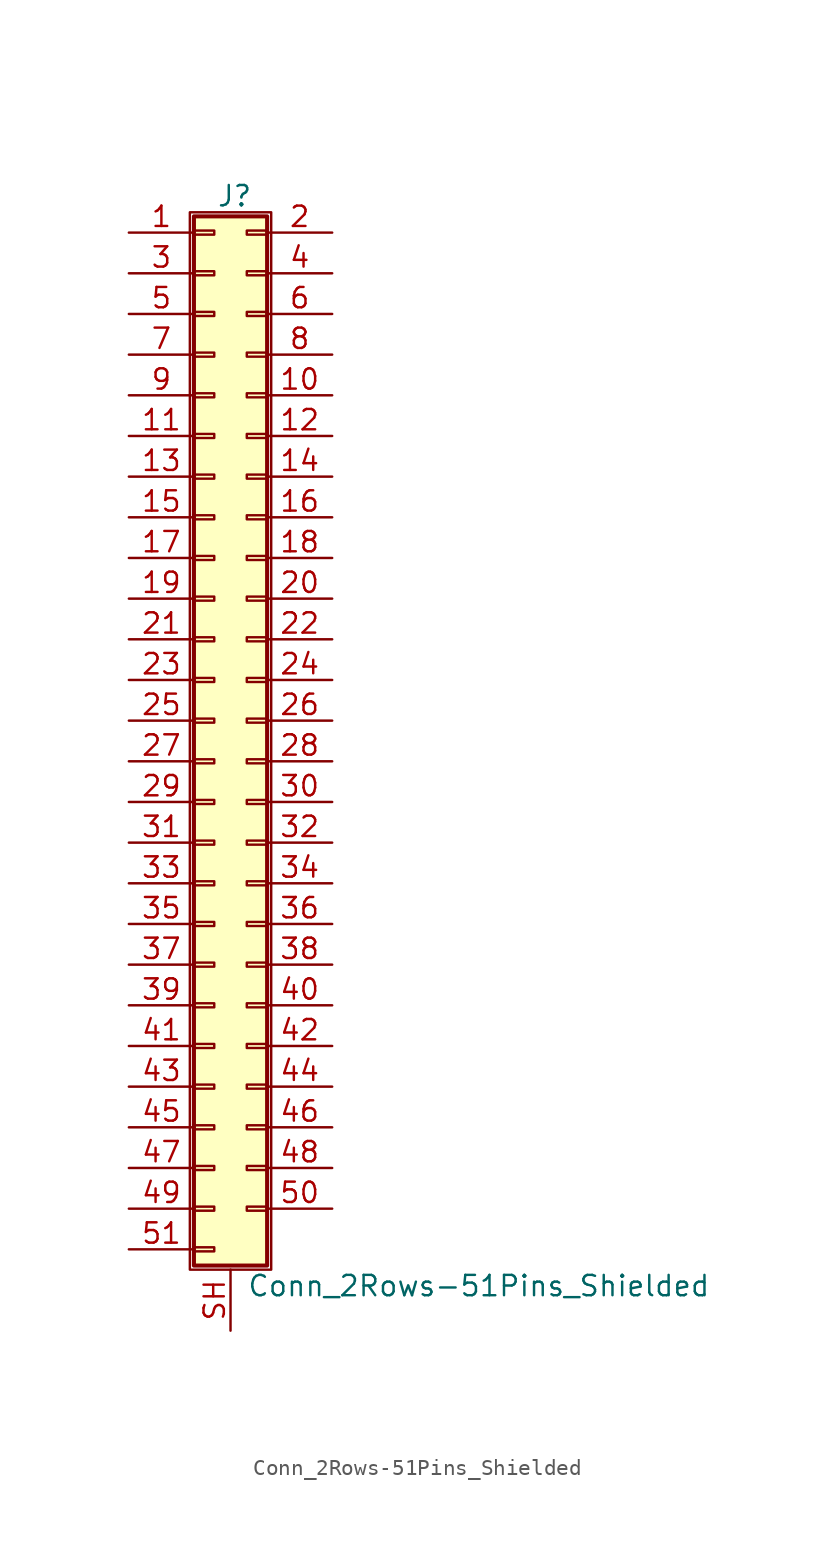
<source format=kicad_sym>
(kicad_symbol_lib
  (version 20211014)
  (generator kicad_symbol_editor)
  (symbol "Conn_2Rows-51Pins_Shielded"
    (pin_names
      (offset 1.016) hide)
    (property "Reference" "J"
      (at 1.524 32.766 0)
      (effects (font (size 1.27 1.27))))
    (property "Value" "Conn_2Rows-51Pins_Shielded"
      (at 2.286 -35.306 0)
      (effects (font (size 1.27 1.27)) (justify left)))
    (symbol "Conn_2Rows-51Pins_Shielded_1_1"
      (rectangle (start -1.27 31.75) (end 3.81 -34.29) (stroke (width 0.152) (type default) (color 0 0 0 0)) (fill (type none)))
      (rectangle (start -1.016 -32.893) (end 0.254 -33.147) (stroke (width 0.152) (type default) (color 0 0 0 0)) (fill (type none)))
      (rectangle (start -1.016 -30.353) (end 0.254 -30.607) (stroke (width 0.152) (type default) (color 0 0 0 0)) (fill (type none)))
      (rectangle (start -1.016 -27.813) (end 0.254 -28.067) (stroke (width 0.152) (type default) (color 0 0 0 0)) (fill (type none)))
      (rectangle (start -1.016 -25.273) (end 0.254 -25.527) (stroke (width 0.152) (type default) (color 0 0 0 0)) (fill (type none)))
      (rectangle (start -1.016 -22.733) (end 0.254 -22.987) (stroke (width 0.152) (type default) (color 0 0 0 0)) (fill (type none)))
      (rectangle (start -1.016 -20.193) (end 0.254 -20.447) (stroke (width 0.152) (type default) (color 0 0 0 0)) (fill (type none)))
      (rectangle (start -1.016 -17.653) (end 0.254 -17.907) (stroke (width 0.152) (type default) (color 0 0 0 0)) (fill (type none)))
      (rectangle (start -1.016 -15.113) (end 0.254 -15.367) (stroke (width 0.152) (type default) (color 0 0 0 0)) (fill (type none)))
      (rectangle (start -1.016 -12.573) (end 0.254 -12.827) (stroke (width 0.152) (type default) (color 0 0 0 0)) (fill (type none)))
      (rectangle (start -1.016 -10.033) (end 0.254 -10.287) (stroke (width 0.152) (type default) (color 0 0 0 0)) (fill (type none)))
      (rectangle (start -1.016 -7.493) (end 0.254 -7.747) (stroke (width 0.152) (type default) (color 0 0 0 0)) (fill (type none)))
      (rectangle (start -1.016 -4.953) (end 0.254 -5.207) (stroke (width 0.152) (type default) (color 0 0 0 0)) (fill (type none)))
      (rectangle (start -1.016 -2.413) (end 0.254 -2.667) (stroke (width 0.152) (type default) (color 0 0 0 0)) (fill (type none)))
      (rectangle (start -1.016 0.127) (end 0.254 -0.127) (stroke (width 0.152) (type default) (color 0 0 0 0)) (fill (type none)))
      (rectangle (start -1.016 2.667) (end 0.254 2.413) (stroke (width 0.152) (type default) (color 0 0 0 0)) (fill (type none)))
      (rectangle (start -1.016 5.207) (end 0.254 4.953) (stroke (width 0.152) (type default) (color 0 0 0 0)) (fill (type none)))
      (rectangle (start -1.016 7.747) (end 0.254 7.493) (stroke (width 0.152) (type default) (color 0 0 0 0)) (fill (type none)))
      (rectangle (start -1.016 10.287) (end 0.254 10.033) (stroke (width 0.152) (type default) (color 0 0 0 0)) (fill (type none)))
      (rectangle (start -1.016 12.827) (end 0.254 12.573) (stroke (width 0.152) (type default) (color 0 0 0 0)) (fill (type none)))
      (rectangle (start -1.016 15.367) (end 0.254 15.113) (stroke (width 0.152) (type default) (color 0 0 0 0)) (fill (type none)))
      (rectangle (start -1.016 17.907) (end 0.254 17.653) (stroke (width 0.152) (type default) (color 0 0 0 0)) (fill (type none)))
      (rectangle (start -1.016 20.447) (end 0.254 20.193) (stroke (width 0.152) (type default) (color 0 0 0 0)) (fill (type none)))
      (rectangle (start -1.016 22.987) (end 0.254 22.733) (stroke (width 0.152) (type default) (color 0 0 0 0)) (fill (type none)))
      (rectangle (start -1.016 25.527) (end 0.254 25.273) (stroke (width 0.152) (type default) (color 0 0 0 0)) (fill (type none)))
      (rectangle (start -1.016 28.067) (end 0.254 27.813) (stroke (width 0.152) (type default) (color 0 0 0 0)) (fill (type none)))
      (rectangle (start -1.016 30.607) (end 0.254 30.353) (stroke (width 0.152) (type default) (color 0 0 0 0)) (fill (type none)))
      (rectangle (start -1.016 31.496) (end 3.556 -34.036) (stroke (width 0.254) (type default) (color 0 0 0 0)) (fill (type background)))
      (rectangle (start 3.556 -30.353) (end 2.286 -30.607) (stroke (width 0.152) (type default) (color 0 0 0 0)) (fill (type none)))
      (rectangle (start 3.556 -27.813) (end 2.286 -28.067) (stroke (width 0.152) (type default) (color 0 0 0 0)) (fill (type none)))
      (rectangle (start 3.556 -25.273) (end 2.286 -25.527) (stroke (width 0.152) (type default) (color 0 0 0 0)) (fill (type none)))
      (rectangle (start 3.556 -22.733) (end 2.286 -22.987) (stroke (width 0.152) (type default) (color 0 0 0 0)) (fill (type none)))
      (rectangle (start 3.556 -20.193) (end 2.286 -20.447) (stroke (width 0.152) (type default) (color 0 0 0 0)) (fill (type none)))
      (rectangle (start 3.556 -17.653) (end 2.286 -17.907) (stroke (width 0.152) (type default) (color 0 0 0 0)) (fill (type none)))
      (rectangle (start 3.556 -15.113) (end 2.286 -15.367) (stroke (width 0.152) (type default) (color 0 0 0 0)) (fill (type none)))
      (rectangle (start 3.556 -12.573) (end 2.286 -12.827) (stroke (width 0.152) (type default) (color 0 0 0 0)) (fill (type none)))
      (rectangle (start 3.556 -10.033) (end 2.286 -10.287) (stroke (width 0.152) (type default) (color 0 0 0 0)) (fill (type none)))
      (rectangle (start 3.556 -7.493) (end 2.286 -7.747) (stroke (width 0.152) (type default) (color 0 0 0 0)) (fill (type none)))
      (rectangle (start 3.556 -4.953) (end 2.286 -5.207) (stroke (width 0.152) (type default) (color 0 0 0 0)) (fill (type none)))
      (rectangle (start 3.556 -2.413) (end 2.286 -2.667) (stroke (width 0.152) (type default) (color 0 0 0 0)) (fill (type none)))
      (rectangle (start 3.556 0.127) (end 2.286 -0.127) (stroke (width 0.152) (type default) (color 0 0 0 0)) (fill (type none)))
      (rectangle (start 3.556 2.667) (end 2.286 2.413) (stroke (width 0.152) (type default) (color 0 0 0 0)) (fill (type none)))
      (rectangle (start 3.556 5.207) (end 2.286 4.953) (stroke (width 0.152) (type default) (color 0 0 0 0)) (fill (type none)))
      (rectangle (start 3.556 7.747) (end 2.286 7.493) (stroke (width 0.152) (type default) (color 0 0 0 0)) (fill (type none)))
      (rectangle (start 3.556 10.287) (end 2.286 10.033) (stroke (width 0.152) (type default) (color 0 0 0 0)) (fill (type none)))
      (rectangle (start 3.556 12.827) (end 2.286 12.573) (stroke (width 0.152) (type default) (color 0 0 0 0)) (fill (type none)))
      (rectangle (start 3.556 15.367) (end 2.286 15.113) (stroke (width 0.152) (type default) (color 0 0 0 0)) (fill (type none)))
      (rectangle (start 3.556 17.907) (end 2.286 17.653) (stroke (width 0.152) (type default) (color 0 0 0 0)) (fill (type none)))
      (rectangle (start 3.556 20.447) (end 2.286 20.193) (stroke (width 0.152) (type default) (color 0 0 0 0)) (fill (type none)))
      (rectangle (start 3.556 22.987) (end 2.286 22.733) (stroke (width 0.152) (type default) (color 0 0 0 0)) (fill (type none)))
      (rectangle (start 3.556 25.527) (end 2.286 25.273) (stroke (width 0.152) (type default) (color 0 0 0 0)) (fill (type none)))
      (rectangle (start 3.556 28.067) (end 2.286 27.813) (stroke (width 0.152) (type default) (color 0 0 0 0)) (fill (type none)))
      (rectangle (start 3.556 30.607) (end 2.286 30.353) (stroke (width 0.152) (type default) (color 0 0 0 0)) (fill (type none)))
      (pin passive line (at -5.08 30.48 0) (length 4.064) (name "Pin_1" (effects (font (size 1.27 1.27)))) (number "1" (effects (font (size 1.27 1.27)))))
      (pin passive line (at 7.62 20.32 180) (length 4.064) (name "Pin_10" (effects (font (size 1.27 1.27)))) (number "10" (effects (font (size 1.27 1.27)))))
      (pin passive line (at -5.08 17.78 0) (length 4.064) (name "Pin_11" (effects (font (size 1.27 1.27)))) (number "11" (effects (font (size 1.27 1.27)))))
      (pin passive line (at 7.62 17.78 180) (length 4.064) (name "Pin_12" (effects (font (size 1.27 1.27)))) (number "12" (effects (font (size 1.27 1.27)))))
      (pin passive line (at -5.08 15.24 0) (length 4.064) (name "Pin_13" (effects (font (size 1.27 1.27)))) (number "13" (effects (font (size 1.27 1.27)))))
      (pin passive line (at 7.62 15.24 180) (length 4.064) (name "Pin_14" (effects (font (size 1.27 1.27)))) (number "14" (effects (font (size 1.27 1.27)))))
      (pin passive line (at -5.08 12.7 0) (length 4.064) (name "Pin_15" (effects (font (size 1.27 1.27)))) (number "15" (effects (font (size 1.27 1.27)))))
      (pin passive line (at 7.62 12.7 180) (length 4.064) (name "Pin_16" (effects (font (size 1.27 1.27)))) (number "16" (effects (font (size 1.27 1.27)))))
      (pin passive line (at -5.08 10.16 0) (length 4.064) (name "Pin_17" (effects (font (size 1.27 1.27)))) (number "17" (effects (font (size 1.27 1.27)))))
      (pin passive line (at 7.62 10.16 180) (length 4.064) (name "Pin_18" (effects (font (size 1.27 1.27)))) (number "18" (effects (font (size 1.27 1.27)))))
      (pin passive line (at -5.08 7.62 0) (length 4.064) (name "Pin_19" (effects (font (size 1.27 1.27)))) (number "19" (effects (font (size 1.27 1.27)))))
      (pin passive line (at 7.62 30.48 180) (length 4.064) (name "Pin_2" (effects (font (size 1.27 1.27)))) (number "2" (effects (font (size 1.27 1.27)))))
      (pin passive line (at 7.62 7.62 180) (length 4.064) (name "Pin_20" (effects (font (size 1.27 1.27)))) (number "20" (effects (font (size 1.27 1.27)))))
      (pin passive line (at -5.08 5.08 0) (length 4.064) (name "Pin_21" (effects (font (size 1.27 1.27)))) (number "21" (effects (font (size 1.27 1.27)))))
      (pin passive line (at 7.62 5.08 180) (length 4.064) (name "Pin_22" (effects (font (size 1.27 1.27)))) (number "22" (effects (font (size 1.27 1.27)))))
      (pin passive line (at -5.08 2.54 0) (length 4.064) (name "Pin_23" (effects (font (size 1.27 1.27)))) (number "23" (effects (font (size 1.27 1.27)))))
      (pin passive line (at 7.62 2.54 180) (length 4.064) (name "Pin_24" (effects (font (size 1.27 1.27)))) (number "24" (effects (font (size 1.27 1.27)))))
      (pin passive line (at -5.08 0 0) (length 4.064) (name "Pin_25" (effects (font (size 1.27 1.27)))) (number "25" (effects (font (size 1.27 1.27)))))
      (pin passive line (at 7.62 0 180) (length 4.064) (name "Pin_26" (effects (font (size 1.27 1.27)))) (number "26" (effects (font (size 1.27 1.27)))))
      (pin passive line (at -5.08 -2.54 0) (length 4.064) (name "Pin_27" (effects (font (size 1.27 1.27)))) (number "27" (effects (font (size 1.27 1.27)))))
      (pin passive line (at 7.62 -2.54 180) (length 4.064) (name "Pin_28" (effects (font (size 1.27 1.27)))) (number "28" (effects (font (size 1.27 1.27)))))
      (pin passive line (at -5.08 -5.08 0) (length 4.064) (name "Pin_29" (effects (font (size 1.27 1.27)))) (number "29" (effects (font (size 1.27 1.27)))))
      (pin passive line (at -5.08 27.94 0) (length 4.064) (name "Pin_3" (effects (font (size 1.27 1.27)))) (number "3" (effects (font (size 1.27 1.27)))))
      (pin passive line (at 7.62 -5.08 180) (length 4.064) (name "Pin_30" (effects (font (size 1.27 1.27)))) (number "30" (effects (font (size 1.27 1.27)))))
      (pin passive line (at -5.08 -7.62 0) (length 4.064) (name "Pin_31" (effects (font (size 1.27 1.27)))) (number "31" (effects (font (size 1.27 1.27)))))
      (pin passive line (at 7.62 -7.62 180) (length 4.064) (name "Pin_32" (effects (font (size 1.27 1.27)))) (number "32" (effects (font (size 1.27 1.27)))))
      (pin passive line (at -5.08 -10.16 0) (length 4.064) (name "Pin_33" (effects (font (size 1.27 1.27)))) (number "33" (effects (font (size 1.27 1.27)))))
      (pin passive line (at 7.62 -10.16 180) (length 4.064) (name "Pin_34" (effects (font (size 1.27 1.27)))) (number "34" (effects (font (size 1.27 1.27)))))
      (pin passive line (at -5.08 -12.7 0) (length 4.064) (name "Pin_35" (effects (font (size 1.27 1.27)))) (number "35" (effects (font (size 1.27 1.27)))))
      (pin passive line (at 7.62 -12.7 180) (length 4.064) (name "Pin_36" (effects (font (size 1.27 1.27)))) (number "36" (effects (font (size 1.27 1.27)))))
      (pin passive line (at -5.08 -15.24 0) (length 4.064) (name "Pin_37" (effects (font (size 1.27 1.27)))) (number "37" (effects (font (size 1.27 1.27)))))
      (pin passive line (at 7.62 -15.24 180) (length 4.064) (name "Pin_38" (effects (font (size 1.27 1.27)))) (number "38" (effects (font (size 1.27 1.27)))))
      (pin passive line (at -5.08 -17.78 0) (length 4.064) (name "Pin_39" (effects (font (size 1.27 1.27)))) (number "39" (effects (font (size 1.27 1.27)))))
      (pin passive line (at 7.62 27.94 180) (length 4.064) (name "Pin_4" (effects (font (size 1.27 1.27)))) (number "4" (effects (font (size 1.27 1.27)))))
      (pin passive line (at 7.62 -17.78 180) (length 4.064) (name "Pin_40" (effects (font (size 1.27 1.27)))) (number "40" (effects (font (size 1.27 1.27)))))
      (pin passive line (at -5.08 -20.32 0) (length 4.064) (name "Pin_41" (effects (font (size 1.27 1.27)))) (number "41" (effects (font (size 1.27 1.27)))))
      (pin passive line (at 7.62 -20.32 180) (length 4.064) (name "Pin_42" (effects (font (size 1.27 1.27)))) (number "42" (effects (font (size 1.27 1.27)))))
      (pin passive line (at -5.08 -22.86 0) (length 4.064) (name "Pin_43" (effects (font (size 1.27 1.27)))) (number "43" (effects (font (size 1.27 1.27)))))
      (pin passive line (at 7.62 -22.86 180) (length 4.064) (name "Pin_44" (effects (font (size 1.27 1.27)))) (number "44" (effects (font (size 1.27 1.27)))))
      (pin passive line (at -5.08 -25.4 0) (length 4.064) (name "Pin_45" (effects (font (size 1.27 1.27)))) (number "45" (effects (font (size 1.27 1.27)))))
      (pin passive line (at 7.62 -25.4 180) (length 4.064) (name "Pin_46" (effects (font (size 1.27 1.27)))) (number "46" (effects (font (size 1.27 1.27)))))
      (pin passive line (at -5.08 -27.94 0) (length 4.064) (name "Pin_47" (effects (font (size 1.27 1.27)))) (number "47" (effects (font (size 1.27 1.27)))))
      (pin passive line (at 7.62 -27.94 180) (length 4.064) (name "Pin_48" (effects (font (size 1.27 1.27)))) (number "48" (effects (font (size 1.27 1.27)))))
      (pin passive line (at -5.08 -30.48 0) (length 4.064) (name "Pin_49" (effects (font (size 1.27 1.27)))) (number "49" (effects (font (size 1.27 1.27)))))
      (pin passive line (at -5.08 25.4 0) (length 4.064) (name "Pin_5" (effects (font (size 1.27 1.27)))) (number "5" (effects (font (size 1.27 1.27)))))
      (pin passive line (at 7.62 -30.48 180) (length 4.064) (name "Pin_50" (effects (font (size 1.27 1.27)))) (number "50" (effects (font (size 1.27 1.27)))))
      (pin passive line (at -5.08 -33.02 0) (length 4.064) (name "Pin_51" (effects (font (size 1.27 1.27)))) (number "51" (effects (font (size 1.27 1.27)))))
      (pin passive line (at 7.62 25.4 180) (length 4.064) (name "Pin_6" (effects (font (size 1.27 1.27)))) (number "6" (effects (font (size 1.27 1.27)))))
      (pin passive line (at -5.08 22.86 0) (length 4.064) (name "Pin_7" (effects (font (size 1.27 1.27)))) (number "7" (effects (font (size 1.27 1.27)))))
      (pin passive line (at 7.62 22.86 180) (length 4.064) (name "Pin_8" (effects (font (size 1.27 1.27)))) (number "8" (effects (font (size 1.27 1.27)))))
      (pin passive line (at -5.08 20.32 0) (length 4.064) (name "Pin_9" (effects (font (size 1.27 1.27)))) (number "9" (effects (font (size 1.27 1.27)))))
      (pin passive line (at 1.27 -38.1 90) (length 3.81) (name "Shield" (effects (font (size 1.27 1.27)))) (number "SH" (effects (font (size 1.27 1.27))))))))
</source>
